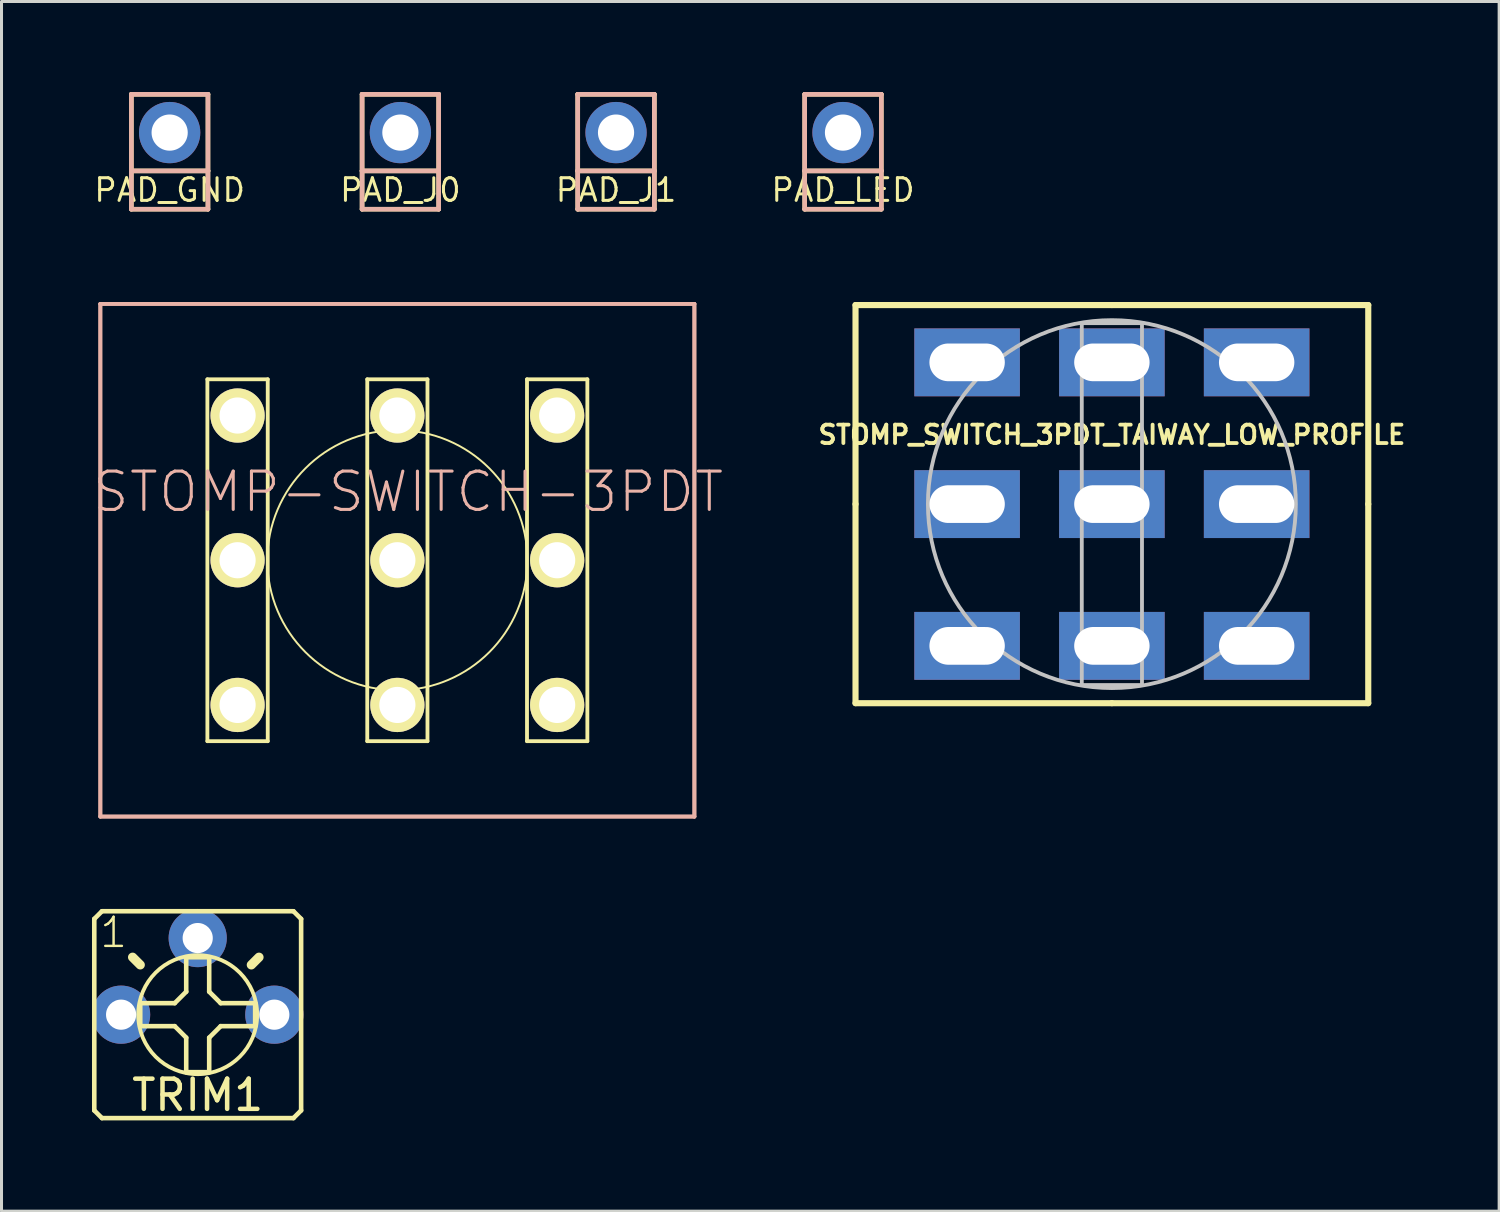
<source format=kicad_pcb>
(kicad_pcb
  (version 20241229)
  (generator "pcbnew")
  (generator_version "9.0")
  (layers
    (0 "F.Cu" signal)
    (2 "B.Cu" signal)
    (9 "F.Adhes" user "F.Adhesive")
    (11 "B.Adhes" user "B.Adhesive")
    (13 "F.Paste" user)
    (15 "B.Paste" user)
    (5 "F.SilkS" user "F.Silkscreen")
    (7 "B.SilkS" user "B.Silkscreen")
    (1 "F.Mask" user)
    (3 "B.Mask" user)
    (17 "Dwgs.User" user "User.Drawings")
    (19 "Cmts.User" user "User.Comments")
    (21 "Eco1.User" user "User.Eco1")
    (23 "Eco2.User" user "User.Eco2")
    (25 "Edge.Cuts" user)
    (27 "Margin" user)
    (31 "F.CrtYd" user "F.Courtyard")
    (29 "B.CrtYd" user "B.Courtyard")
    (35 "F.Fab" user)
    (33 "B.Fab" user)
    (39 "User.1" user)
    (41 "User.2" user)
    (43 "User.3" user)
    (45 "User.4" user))
  (footprint "PAD_J1"
    (layer "F.Cu")
    (at 17.375 1.346)
    (property "Reference" "PAD_J1" (at 0 1.905 0) (layer "F.SilkS") (effects (font (size 0.75 0.75) (thickness 0.1))))
    (attr through_hole)
    (fp_line (start -1.27 -1.27) (end 1.27 -1.27) (stroke (width 0.152) (type solid)) (layer "F.SilkS"))
    (fp_line (start -1.27 1.27) (end -1.27 -1.27) (stroke (width 0.152) (type solid)) (layer "F.SilkS"))
    (fp_line (start -1.27 1.27) (end -1.27 2.54) (stroke (width 0.152) (type solid)) (layer "F.SilkS"))
    (fp_line (start -1.27 2.54) (end 1.27 2.54) (stroke (width 0.152) (type solid)) (layer "F.SilkS"))
    (fp_line (start 1.27 -1.27) (end 1.27 1.27) (stroke (width 0.152) (type solid)) (layer "F.SilkS"))
    (fp_line (start 1.27 1.27) (end -1.27 1.27) (stroke (width 0.152) (type solid)) (layer "F.SilkS"))
    (fp_line (start 1.27 2.54) (end 1.27 1.27) (stroke (width 0.152) (type solid)) (layer "F.SilkS"))
    (fp_line (start -1.27 -1.27) (end -1.27 1.27) (stroke (width 0.152) (type solid)) (layer "B.SilkS"))
    (fp_line (start -1.27 1.27) (end 1.27 1.27) (stroke (width 0.152) (type solid)) (layer "B.SilkS"))
    (fp_line (start -1.27 2.54) (end -1.27 1.27) (stroke (width 0.152) (type solid)) (layer "B.SilkS"))
    (fp_line (start 1.27 -1.27) (end -1.27 -1.27) (stroke (width 0.152) (type solid)) (layer "B.SilkS"))
    (fp_line (start 1.27 1.27) (end 1.27 -1.27) (stroke (width 0.152) (type solid)) (layer "B.SilkS"))
    (fp_line (start 1.27 1.27) (end 1.27 2.54) (stroke (width 0.152) (type solid)) (layer "B.SilkS"))
    (fp_line (start 1.27 2.54) (end -1.27 2.54) (stroke (width 0.152) (type solid)) (layer "B.SilkS"))
    (pad "1" thru_hole oval (at 0 0) (size 2.032 2.032) (drill 1.2) (layers "*.Cu" "*.Mask")))
  (footprint "PAD_GND"
    (layer "F.Cu")
    (at 2.575 1.346)
    (property "Reference" "PAD_GND" (at 0 1.905 0) (layer "F.SilkS") (effects (font (size 0.75 0.75) (thickness 0.1))))
    (attr through_hole)
    (fp_line (start -1.27 -1.27) (end 1.27 -1.27) (stroke (width 0.152) (type solid)) (layer "F.SilkS"))
    (fp_line (start -1.27 1.27) (end -1.27 -1.27) (stroke (width 0.152) (type solid)) (layer "F.SilkS"))
    (fp_line (start -1.27 1.27) (end -1.27 2.54) (stroke (width 0.152) (type solid)) (layer "F.SilkS"))
    (fp_line (start -1.27 2.54) (end 1.27 2.54) (stroke (width 0.152) (type solid)) (layer "F.SilkS"))
    (fp_line (start 1.27 -1.27) (end 1.27 1.27) (stroke (width 0.152) (type solid)) (layer "F.SilkS"))
    (fp_line (start 1.27 1.27) (end -1.27 1.27) (stroke (width 0.152) (type solid)) (layer "F.SilkS"))
    (fp_line (start 1.27 2.54) (end 1.27 1.27) (stroke (width 0.152) (type solid)) (layer "F.SilkS"))
    (fp_line (start -1.27 -1.27) (end -1.27 1.27) (stroke (width 0.152) (type solid)) (layer "B.SilkS"))
    (fp_line (start -1.27 1.27) (end 1.27 1.27) (stroke (width 0.152) (type solid)) (layer "B.SilkS"))
    (fp_line (start -1.27 2.54) (end -1.27 1.27) (stroke (width 0.152) (type solid)) (layer "B.SilkS"))
    (fp_line (start 1.27 -1.27) (end -1.27 -1.27) (stroke (width 0.152) (type solid)) (layer "B.SilkS"))
    (fp_line (start 1.27 1.27) (end 1.27 -1.27) (stroke (width 0.152) (type solid)) (layer "B.SilkS"))
    (fp_line (start 1.27 1.27) (end 1.27 2.54) (stroke (width 0.152) (type solid)) (layer "B.SilkS"))
    (fp_line (start 1.27 2.54) (end -1.27 2.54) (stroke (width 0.152) (type solid)) (layer "B.SilkS"))
    (pad "1" thru_hole oval (at 0 0) (size 2.032 2.032) (drill 1.2) (layers "*.Cu" "*.Mask")))
  (footprint "PAD_J0"
    (layer "F.Cu")
    (at 10.225 1.346)
    (property "Reference" "PAD_J0" (at 0 1.905 0) (layer "F.SilkS") (effects (font (size 0.75 0.75) (thickness 0.1))))
    (attr through_hole)
    (fp_line (start -1.27 -1.27) (end 1.27 -1.27) (stroke (width 0.152) (type solid)) (layer "F.SilkS"))
    (fp_line (start -1.27 1.27) (end -1.27 -1.27) (stroke (width 0.152) (type solid)) (layer "F.SilkS"))
    (fp_line (start -1.27 1.27) (end -1.27 2.54) (stroke (width 0.152) (type solid)) (layer "F.SilkS"))
    (fp_line (start -1.27 2.54) (end 1.27 2.54) (stroke (width 0.152) (type solid)) (layer "F.SilkS"))
    (fp_line (start 1.27 -1.27) (end 1.27 1.27) (stroke (width 0.152) (type solid)) (layer "F.SilkS"))
    (fp_line (start 1.27 1.27) (end -1.27 1.27) (stroke (width 0.152) (type solid)) (layer "F.SilkS"))
    (fp_line (start 1.27 2.54) (end 1.27 1.27) (stroke (width 0.152) (type solid)) (layer "F.SilkS"))
    (fp_line (start -1.27 -1.27) (end -1.27 1.27) (stroke (width 0.152) (type solid)) (layer "B.SilkS"))
    (fp_line (start -1.27 1.27) (end 1.27 1.27) (stroke (width 0.152) (type solid)) (layer "B.SilkS"))
    (fp_line (start -1.27 2.54) (end -1.27 1.27) (stroke (width 0.152) (type solid)) (layer "B.SilkS"))
    (fp_line (start 1.27 -1.27) (end -1.27 -1.27) (stroke (width 0.152) (type solid)) (layer "B.SilkS"))
    (fp_line (start 1.27 1.27) (end 1.27 -1.27) (stroke (width 0.152) (type solid)) (layer "B.SilkS"))
    (fp_line (start 1.27 1.27) (end 1.27 2.54) (stroke (width 0.152) (type solid)) (layer "B.SilkS"))
    (fp_line (start 1.27 2.54) (end -1.27 2.54) (stroke (width 0.152) (type solid)) (layer "B.SilkS"))
    (pad "1" thru_hole oval (at 0 0) (size 2.032 2.032) (drill 1.2) (layers "*.Cu" "*.Mask")))
  (footprint "TRIM1"
    (layer "F.Cu")
    (at 3.505 30.592)
    (property "Reference" "TRIM1" (at 0 2.667 0) (layer "F.SilkS") (effects (font (size 1 1) (thickness 0.15))))
    (attr through_hole)
    (fp_line (start -3.429 -3.175) (end -3.429 3.175) (stroke (width 0.152) (type solid)) (layer "F.SilkS"))
    (fp_line (start -3.175 -3.429) (end -3.429 -3.175) (stroke (width 0.152) (type solid)) (layer "F.SilkS"))
    (fp_line (start -3.175 3.429) (end -3.429 3.175) (stroke (width 0.152) (type solid)) (layer "F.SilkS"))
    (fp_line (start -3.175 3.429) (end 3.175 3.429) (stroke (width 0.152) (type solid)) (layer "F.SilkS"))
    (fp_line (start -1.905 -1.651) (end -2.159 -1.905) (stroke (width 0.305) (type solid)) (layer "F.SilkS"))
    (fp_line (start -1.905 -0.381) (end -1.905 0.381) (stroke (width 0.152) (type solid)) (layer "F.SilkS"))
    (fp_line (start -1.905 0.381) (end -0.762 0.381) (stroke (width 0.152) (type solid)) (layer "F.SilkS"))
    (fp_line (start -0.762 -0.381) (end -1.905 -0.381) (stroke (width 0.152) (type solid)) (layer "F.SilkS"))
    (fp_line (start -0.381 -1.905) (end -0.381 -0.762) (stroke (width 0.152) (type solid)) (layer "F.SilkS"))
    (fp_line (start -0.381 -0.762) (end -0.762 -0.381) (stroke (width 0.152) (type solid)) (layer "F.SilkS"))
    (fp_line (start -0.381 0.762) (end -0.762 0.381) (stroke (width 0.152) (type solid)) (layer "F.SilkS"))
    (fp_line (start -0.381 0.762) (end -0.381 1.905) (stroke (width 0.152) (type solid)) (layer "F.SilkS"))
    (fp_line (start -0.381 1.905) (end 0.381 1.905) (stroke (width 0.152) (type solid)) (layer "F.SilkS"))
    (fp_line (start 0.381 -1.905) (end -0.381 -1.905) (stroke (width 0.152) (type solid)) (layer "F.SilkS"))
    (fp_line (start 0.381 -0.762) (end 0.381 -1.905) (stroke (width 0.152) (type solid)) (layer "F.SilkS"))
    (fp_line (start 0.381 0.762) (end 0.762 0.381) (stroke (width 0.152) (type solid)) (layer "F.SilkS"))
    (fp_line (start 0.381 1.905) (end 0.381 0.762) (stroke (width 0.152) (type solid)) (layer "F.SilkS"))
    (fp_line (start 0.762 -0.381) (end 0.381 -0.762) (stroke (width 0.152) (type solid)) (layer "F.SilkS"))
    (fp_line (start 0.762 0.381) (end 1.905 0.381) (stroke (width 0.152) (type solid)) (layer "F.SilkS"))
    (fp_line (start 1.778 -1.651) (end 2.032 -1.905) (stroke (width 0.305) (type solid)) (layer "F.SilkS"))
    (fp_line (start 1.905 -0.381) (end 0.762 -0.381) (stroke (width 0.152) (type solid)) (layer "F.SilkS"))
    (fp_line (start 1.905 0.381) (end 1.905 -0.381) (stroke (width 0.152) (type solid)) (layer "F.SilkS"))
    (fp_line (start 3.175 -3.429) (end -3.175 -3.429) (stroke (width 0.152) (type solid)) (layer "F.SilkS"))
    (fp_line (start 3.175 -3.429) (end 3.429 -3.175) (stroke (width 0.152) (type solid)) (layer "F.SilkS"))
    (fp_line (start 3.175 3.429) (end 3.429 3.175) (stroke (width 0.152) (type solid)) (layer "F.SilkS"))
    (fp_line (start 3.429 3.175) (end 3.429 -3.175) (stroke (width 0.152) (type solid)) (layer "F.SilkS"))
    (fp_circle (center 0 0) (end 1.972 0) (stroke (width 0.127) (type solid)) (fill no) (layer "F.SilkS"))
    (fp_text user "1" (at -3.302 -2.159 0) (layer "F.SilkS") (effects (font (size 0.965 0.965) (thickness 0.081)) (justify left bottom)))
    (pad "1" thru_hole oval (at -2.54 0) (size 1.93 1.93) (drill 1) (layers "*.Cu" "*.Mask"))
    (pad "2" thru_hole oval (at 0 -2.54) (size 1.93 1.93) (drill 1) (layers "*.Cu" "*.Mask"))
    (pad "3" thru_hole oval (at 2.54 0) (size 1.93 1.93) (drill 1) (layers "*.Cu" "*.Mask")))
  (footprint "PAD_LED"
    (layer "F.Cu")
    (at 24.9 1.346)
    (property "Reference" "PAD_LED" (at 0 1.905 0) (layer "F.SilkS") (effects (font (size 0.75 0.75) (thickness 0.1))))
    (attr through_hole)
    (fp_line (start -1.27 -1.27) (end 1.27 -1.27) (stroke (width 0.152) (type solid)) (layer "F.SilkS"))
    (fp_line (start -1.27 1.27) (end -1.27 -1.27) (stroke (width 0.152) (type solid)) (layer "F.SilkS"))
    (fp_line (start -1.27 1.27) (end -1.27 2.54) (stroke (width 0.152) (type solid)) (layer "F.SilkS"))
    (fp_line (start -1.27 2.54) (end 1.27 2.54) (stroke (width 0.152) (type solid)) (layer "F.SilkS"))
    (fp_line (start 1.27 -1.27) (end 1.27 1.27) (stroke (width 0.152) (type solid)) (layer "F.SilkS"))
    (fp_line (start 1.27 1.27) (end -1.27 1.27) (stroke (width 0.152) (type solid)) (layer "F.SilkS"))
    (fp_line (start 1.27 2.54) (end 1.27 1.27) (stroke (width 0.152) (type solid)) (layer "F.SilkS"))
    (fp_line (start -1.27 -1.27) (end -1.27 1.27) (stroke (width 0.152) (type solid)) (layer "B.SilkS"))
    (fp_line (start -1.27 1.27) (end 1.27 1.27) (stroke (width 0.152) (type solid)) (layer "B.SilkS"))
    (fp_line (start -1.27 2.54) (end -1.27 1.27) (stroke (width 0.152) (type solid)) (layer "B.SilkS"))
    (fp_line (start 1.27 -1.27) (end -1.27 -1.27) (stroke (width 0.152) (type solid)) (layer "B.SilkS"))
    (fp_line (start 1.27 1.27) (end 1.27 -1.27) (stroke (width 0.152) (type solid)) (layer "B.SilkS"))
    (fp_line (start 1.27 1.27) (end 1.27 2.54) (stroke (width 0.152) (type solid)) (layer "B.SilkS"))
    (fp_line (start 1.27 2.54) (end -1.27 2.54) (stroke (width 0.152) (type solid)) (layer "B.SilkS"))
    (pad "1" thru_hole oval (at 0 0) (size 2.032 2.032) (drill 1.2) (layers "*.Cu" "*.Mask")))
  (footprint "STOMP_SWITCH_3PDT_TAIWAY_LOW_PROFILE"
    (layer "F.Cu")
    (at 33.815 13.664)
    (property "Reference" "STOMP_SWITCH_3PDT_TAIWAY_LOW_PROFILE" (at 0 -2.3 0) (layer "F.SilkS") (effects (font (size 0.61 0.61) (thickness 0.127))))
    (attr exclude_from_pos_files exclude_from_bom)
    (fp_line (start -8.5 -6.6) (end -8.5 0) (stroke (width 0.203) (type solid)) (layer "F.SilkS"))
    (fp_line (start -8.5 -6.6) (end 0 -6.6) (stroke (width 0.203) (type solid)) (layer "F.SilkS"))
    (fp_line (start -8.5 0) (end -8.5 6.6) (stroke (width 0.203) (type solid)) (layer "F.SilkS"))
    (fp_line (start -8.5 6.6) (end 0 6.6) (stroke (width 0.203) (type solid)) (layer "F.SilkS"))
    (fp_line (start 0 -6.6) (end 8.5 -6.6) (stroke (width 0.203) (type solid)) (layer "F.SilkS"))
    (fp_line (start 0 6.6) (end 8.5 6.6) (stroke (width 0.203) (type solid)) (layer "F.SilkS"))
    (fp_line (start 8.5 0) (end 8.5 -6.6) (stroke (width 0.203) (type solid)) (layer "F.SilkS"))
    (fp_line (start 8.5 6.6) (end 8.5 0) (stroke (width 0.203) (type solid)) (layer "F.SilkS"))
    (fp_line (start -0.998 -5.999) (end 0.998 -5.999) (stroke (width 0.127) (type solid)) (layer "Dwgs.User"))
    (fp_line (start -0.998 5.999) (end -0.998 -5.999) (stroke (width 0.127) (type solid)) (layer "Dwgs.User"))
    (fp_line (start 0.998 -5.999) (end 0.998 5.999) (stroke (width 0.127) (type solid)) (layer "Dwgs.User"))
    (fp_line (start 0.998 5.999) (end -0.998 5.999) (stroke (width 0.127) (type solid)) (layer "Dwgs.User"))
    (fp_circle (center 0 0) (end 0 -6.099) (stroke (width 0.127) (type solid)) (fill no) (layer "Dwgs.User"))
    (pad "P$1" thru_hole rect (at -4.8 -4.7) (size 3.5 2.25) (drill oval 2.5 1.25) (layers "*.Cu" "*.Mask"))
    (pad "P$2" thru_hole rect (at -4.8 0) (size 3.5 2.25) (drill oval 2.5 1.25) (layers "*.Cu" "*.Mask"))
    (pad "P$3" thru_hole rect (at -4.8 4.7) (size 3.5 2.25) (drill oval 2.5 1.25) (layers "*.Cu" "*.Mask"))
    (pad "P$4" thru_hole rect (at 0 -4.7) (size 3.5 2.25) (drill oval 2.5 1.25) (layers "*.Cu" "*.Mask"))
    (pad "P$5" thru_hole rect (at 0 0) (size 3.5 2.25) (drill oval 2.5 1.25) (layers "*.Cu" "*.Mask"))
    (pad "P$6" thru_hole rect (at 0 4.7) (size 3.5 2.25) (drill oval 2.5 1.25) (layers "*.Cu" "*.Mask"))
    (pad "P$7" thru_hole rect (at 4.8 -4.7) (size 3.5 2.25) (drill oval 2.5 1.25) (layers "*.Cu" "*.Mask"))
    (pad "P$8" thru_hole rect (at 4.8 0) (size 3.5 2.25) (drill oval 2.5 1.25) (layers "*.Cu" "*.Mask"))
    (pad "P$9" thru_hole rect (at 4.8 4.7) (size 3.5 2.25) (drill oval 2.5 1.25) (layers "*.Cu" "*.Mask")))
  (footprint "STOMP-SWITCH-3PDT"
    (layer "F.Cu")
    (at 10.125 15.525)
    (property "Reference" "STOMP-SWITCH-3PDT" (at 0.363 -2.268 0) (layer "B.SilkS") (effects (font (size 1.27 1.27) (thickness 0.102))))
    (attr exclude_from_pos_files exclude_from_bom)
    (fp_line (start -6.299 -5.999) (end -6.299 5.999) (stroke (width 0.127) (type solid)) (layer "F.SilkS"))
    (fp_line (start -6.299 5.999) (end -4.298 5.999) (stroke (width 0.127) (type solid)) (layer "F.SilkS"))
    (fp_line (start -4.298 -5.999) (end -6.299 -5.999) (stroke (width 0.127) (type solid)) (layer "F.SilkS"))
    (fp_line (start -4.298 5.999) (end -4.298 -5.999) (stroke (width 0.127) (type solid)) (layer "F.SilkS"))
    (fp_line (start -0.998 -5.999) (end 0.998 -5.999) (stroke (width 0.127) (type solid)) (layer "F.SilkS"))
    (fp_line (start -0.998 5.999) (end -0.998 -5.999) (stroke (width 0.127) (type solid)) (layer "F.SilkS"))
    (fp_line (start 0.998 -5.999) (end 0.998 5.999) (stroke (width 0.127) (type solid)) (layer "F.SilkS"))
    (fp_line (start 0.998 5.999) (end -0.998 5.999) (stroke (width 0.127) (type solid)) (layer "F.SilkS"))
    (fp_line (start 4.298 -5.999) (end 4.298 5.999) (stroke (width 0.127) (type solid)) (layer "F.SilkS"))
    (fp_line (start 4.298 5.999) (end 6.299 5.999) (stroke (width 0.127) (type solid)) (layer "F.SilkS"))
    (fp_line (start 6.299 -5.999) (end 4.298 -5.999) (stroke (width 0.127) (type solid)) (layer "F.SilkS"))
    (fp_line (start 6.299 5.999) (end 6.299 -5.999) (stroke (width 0.127) (type solid)) (layer "F.SilkS"))
    (fp_circle (center 0 0) (end -3.048 3.048) (stroke (width 0.064) (type solid)) (fill no) (layer "F.SilkS"))
    (fp_line (start -9.848 -8.499) (end -9.848 8.499) (stroke (width 0.127) (type solid)) (layer "B.SilkS"))
    (fp_line (start -9.848 -8.499) (end 9.848 -8.499) (stroke (width 0.127) (type solid)) (layer "B.SilkS"))
    (fp_line (start -9.848 8.499) (end -9.848 -8.499) (stroke (width 0.127) (type solid)) (layer "B.SilkS"))
    (fp_line (start -9.848 8.499) (end 9.848 8.499) (stroke (width 0.127) (type solid)) (layer "B.SilkS"))
    (fp_line (start 9.848 -8.499) (end -9.848 -8.499) (stroke (width 0.127) (type solid)) (layer "B.SilkS"))
    (fp_line (start 9.848 -8.499) (end 9.848 8.499) (stroke (width 0.127) (type solid)) (layer "B.SilkS"))
    (fp_line (start 9.848 8.499) (end -9.848 8.499) (stroke (width 0.127) (type solid)) (layer "B.SilkS"))
    (fp_line (start 9.848 8.499) (end 9.848 -8.499) (stroke (width 0.127) (type solid)) (layer "B.SilkS"))
    (pad "P$1" thru_hole circle (at -5.298 -4.798) (size 1.798 1.798) (drill 1.199) (layers "*.Cu" "F.Mask" "F.SilkS" "F.Paste"))
    (pad "P$2" thru_hole circle (at -5.298 0) (size 1.798 1.798) (drill 1.199) (layers "*.Cu" "F.Mask" "F.SilkS" "F.Paste"))
    (pad "P$3" thru_hole circle (at -5.298 4.798) (size 1.798 1.798) (drill 1.199) (layers "*.Cu" "F.Mask" "F.SilkS" "F.Paste"))
    (pad "P$4" thru_hole circle (at 0 -4.798) (size 1.798 1.798) (drill 1.199) (layers "*.Cu" "F.Mask" "F.SilkS" "F.Paste"))
    (pad "P$5" thru_hole circle (at 0 0) (size 1.798 1.798) (drill 1.199) (layers "*.Cu" "F.Mask" "F.SilkS" "F.Paste"))
    (pad "P$6" thru_hole circle (at 0 4.798) (size 1.798 1.798) (drill 1.199) (layers "*.Cu" "F.Mask" "F.SilkS" "F.Paste"))
    (pad "P$7" thru_hole circle (at 5.298 -4.798) (size 1.798 1.798) (drill 1.199) (layers "*.Cu" "F.Mask" "F.SilkS" "F.Paste"))
    (pad "P$8" thru_hole circle (at 5.298 0) (size 1.798 1.798) (drill 1.199) (layers "*.Cu" "F.Mask" "F.SilkS" "F.Paste"))
    (pad "P$9" thru_hole circle (at 5.298 4.798) (size 1.798 1.798) (drill 1.199) (layers "*.Cu" "F.Mask" "F.SilkS" "F.Paste")))
  (gr_rect
    (start -3 -3)
    (end 46.655 37.108)
    (stroke (width 0.1) (type default))
    (fill no)
    (layer "Edge.Cuts")))
</source>
